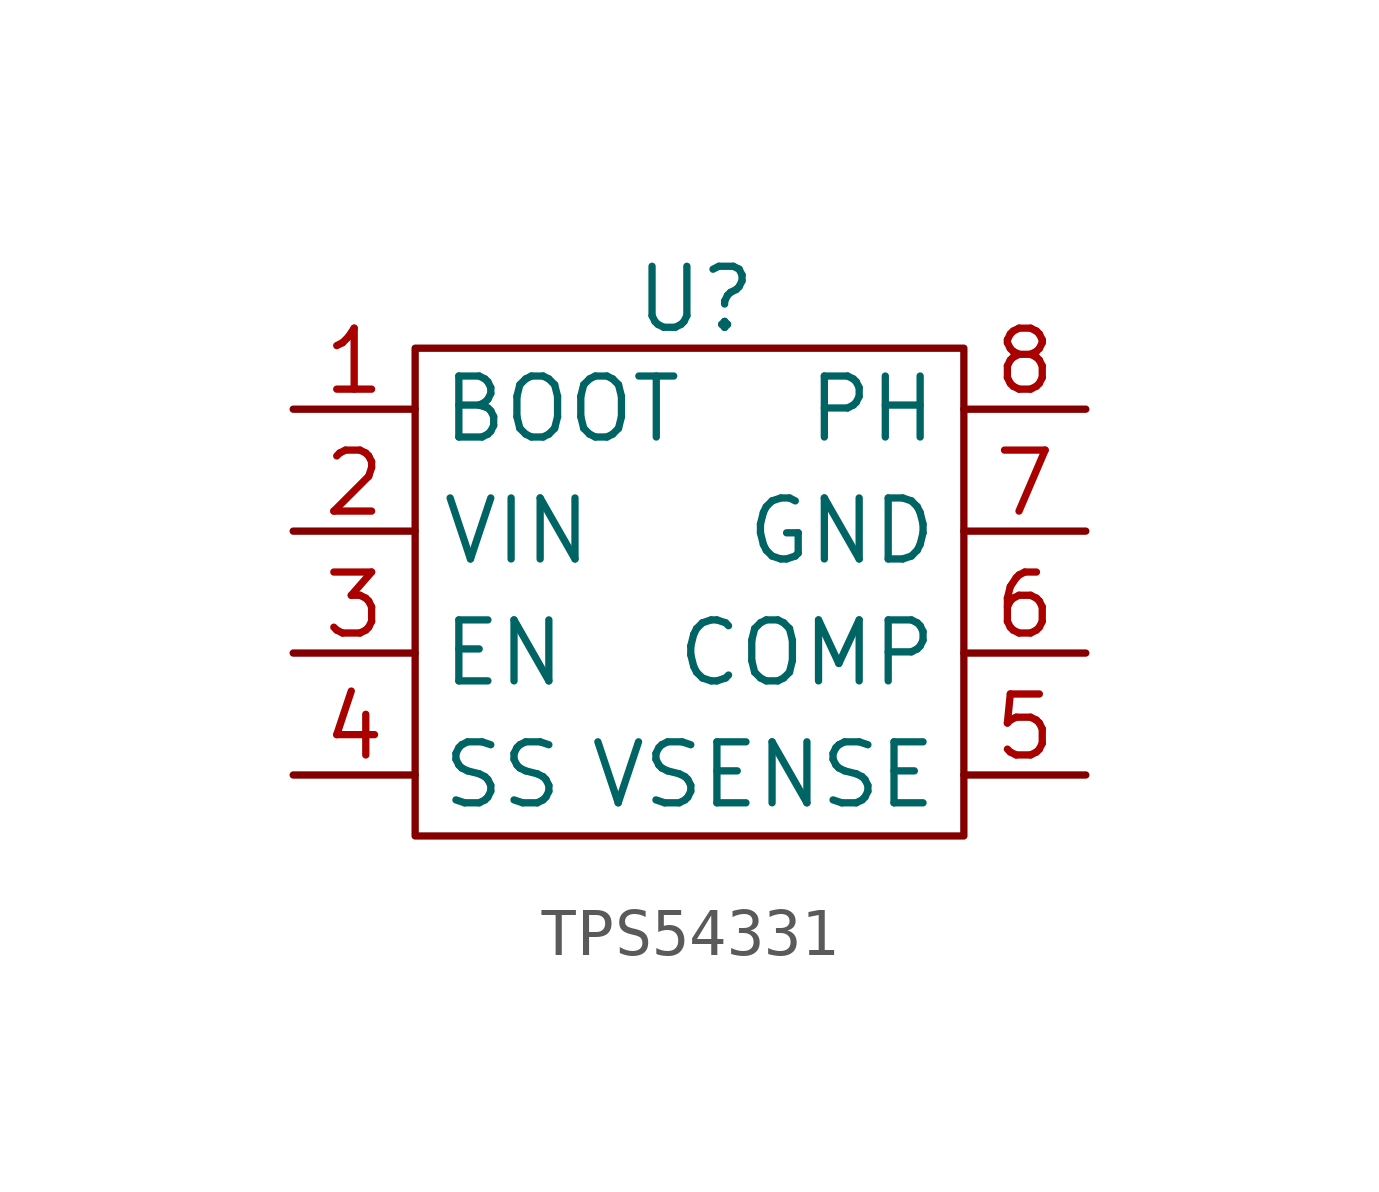
<source format=kicad_sym>
(kicad_symbol_lib
  (version 20241209)
  (generator "kicad_symbol_editor")
  (generator_version "9.0")
  (symbol "TPS54331"
    (property "Reference" "U"
      (at 2.032 2.286 0)
      (effects (font (size 1.27 1.27))))
    (property "Value" ""
      (at 0 0 0)
      (effects (font (size 1.27 1.27))))
    (symbol "TPS54331_0_1"
      (rectangle (start -3.81 1.27) (end 7.62 -8.89) (stroke (width 0) (type default)) (fill (type none))))
    (symbol "TPS54331_1_1"
      (pin input line (at -6.35 0 0) (length 2.54) (name "BOOT" (effects (font (size 1.27 1.27)))) (number "1" (effects (font (size 1.27 1.27)))))
      (pin input line (at -6.35 -2.54 0) (length 2.54) (name "VIN" (effects (font (size 1.27 1.27)))) (number "2" (effects (font (size 1.27 1.27)))))
      (pin input line (at -6.35 -5.08 0) (length 2.54) (name "EN" (effects (font (size 1.27 1.27)))) (number "3" (effects (font (size 1.27 1.27)))))
      (pin input line (at -6.35 -7.62 0) (length 2.54) (name "SS" (effects (font (size 1.27 1.27)))) (number "4" (effects (font (size 1.27 1.27)))))
      (pin output line (at 10.16 0 180) (length 2.54) (name "PH" (effects (font (size 1.27 1.27)))) (number "8" (effects (font (size 1.27 1.27)))))
      (pin passive line (at 10.16 -2.54 180) (length 2.54) (name "GND" (effects (font (size 1.27 1.27)))) (number "7" (effects (font (size 1.27 1.27)))))
      (pin input line (at 10.16 -5.08 180) (length 2.54) (name "COMP" (effects (font (size 1.27 1.27)))) (number "6" (effects (font (size 1.27 1.27)))))
      (pin input line (at 10.16 -7.62 180) (length 2.54) (name "VSENSE" (effects (font (size 1.27 1.27)))) (number "5" (effects (font (size 1.27 1.27))))))))
</source>
